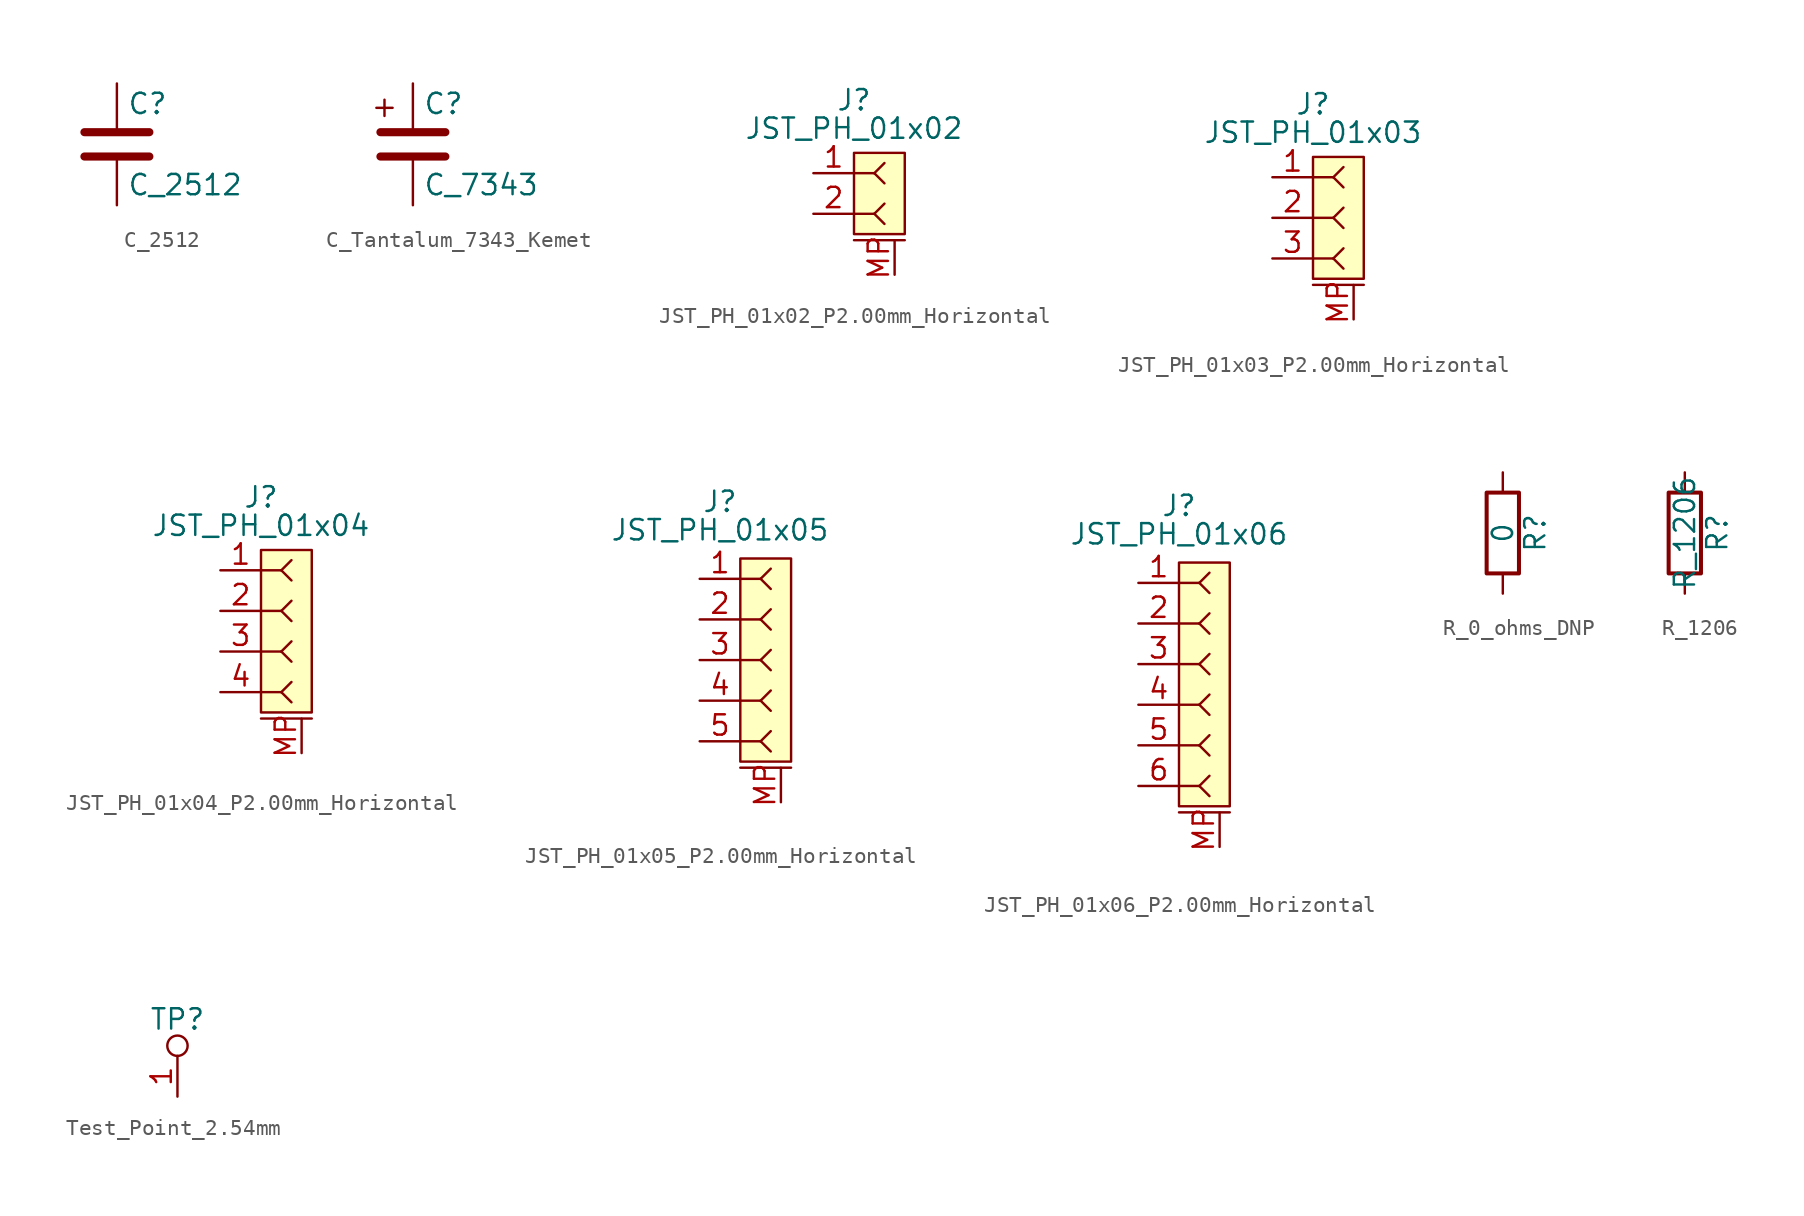
<source format=kicad_sym>
(kicad_symbol_lib
  (version 20241209)
  (generator "kicad_symbol_editor")
  (generator_version "9.0")
  (symbol "C_2512"
    (pin_numbers
      (hide yes))
    (pin_names
      (offset 0.254))
    (property "Reference" "C"
      (at 0.635 2.54 0)
      (effects (font (size 1.27 1.27)) (justify left)))
    (property "Value" "C_2512"
      (at 0.635 -2.54 0)
      (effects (font (size 1.27 1.27)) (justify left)))
    (symbol "C_2512_0_1"
      (polyline (pts (xy -2.032 0.762) (xy 2.032 0.762)) (stroke (width 0.508) (type default)) (fill (type none)))
      (polyline (pts (xy -2.032 -0.762) (xy 2.032 -0.762)) (stroke (width 0.508) (type default)) (fill (type none))))
    (symbol "C_2512_1_1"
      (pin passive line (at 0 3.81 270) (length 2.794) (name "~" (effects (font (size 1.27 1.27)))) (number "1" (effects (font (size 1.27 1.27)))))
      (pin passive line (at 0 -3.81 90) (length 2.794) (name "~" (effects (font (size 1.27 1.27)))) (number "2" (effects (font (size 1.27 1.27)))))))
  (symbol "C_Tantalum_7343_Kemet"
    (pin_numbers
      (hide yes))
    (pin_names
      (offset 0.254))
    (property "Reference" "C"
      (at 0.635 2.54 0)
      (effects (font (size 1.27 1.27)) (justify left)))
    (property "Value" "C_7343"
      (at 0.635 -2.54 0)
      (effects (font (size 1.27 1.27)) (justify left)))
    (symbol "C_Tantalum_7343_Kemet_0_1"
      (polyline (pts (xy -2.286 2.286) (xy -1.27 2.286)) (stroke (width 0) (type default)) (fill (type none)))
      (polyline (pts (xy -2.032 0.762) (xy 2.032 0.762)) (stroke (width 0.508) (type default)) (fill (type none)))
      (polyline (pts (xy -2.032 -0.762) (xy 2.032 -0.762)) (stroke (width 0.508) (type default)) (fill (type none)))
      (polyline (pts (xy -1.778 1.778) (xy -1.778 2.794)) (stroke (width 0) (type default)) (fill (type none))))
    (symbol "C_Tantalum_7343_Kemet_1_1"
      (pin passive line (at 0 3.81 270) (length 2.794) (name "~" (effects (font (size 1.27 1.27)))) (number "1" (effects (font (size 1.27 1.27)))))
      (pin passive line (at 0 -3.81 90) (length 2.794) (name "~" (effects (font (size 1.27 1.27)))) (number "2" (effects (font (size 1.27 1.27)))))))
  (symbol "JST_PH_01x02_P2.00mm_Horizontal"
    (property "Reference" "J"
      (at 0 5.842 0)
      (effects (font (size 1.27 1.27))))
    (property "Value" "JST_PH_01x02"
      (at 0 4.064 0)
      (effects (font (size 1.27 1.27))))
    (symbol "JST_PH_01x02_P2.00mm_Horizontal_0_1"
      (polyline (pts (xy 0 1.27) (xy 1.27 1.27)) (stroke (width 0) (type default)) (fill (type none)))
      (polyline (pts (xy 0 -1.27) (xy 1.27 -1.27)) (stroke (width 0) (type default)) (fill (type none)))
      (polyline (pts (xy 1.27 1.27) (xy 1.905 1.905)) (stroke (width 0) (type default)) (fill (type none)))
      (polyline (pts (xy 1.27 1.27) (xy 1.905 0.635)) (stroke (width 0) (type default)) (fill (type none)))
      (polyline (pts (xy 1.27 -1.27) (xy 1.905 -0.635)) (stroke (width 0) (type default)) (fill (type none)))
      (polyline (pts (xy 1.27 -1.27) (xy 1.905 -1.905)) (stroke (width 0) (type default)) (fill (type none)))
      (polyline (pts (xy 3.175 -2.921) (xy 0 -2.921)) (stroke (width 0) (type default)) (fill (type none))))
    (symbol "JST_PH_01x02_P2.00mm_Horizontal_1_1"
      (rectangle (start 0 2.54) (end 3.175 -2.54) (stroke (width 0) (type solid)) (fill (type background)))
      (pin passive line (at -2.54 1.27 0) (length 2.54) (name "" (effects (font (size 1.27 1.27)))) (number "1" (effects (font (size 1.27 1.27)))))
      (pin passive line (at -2.54 -1.27 0) (length 2.54) (name "" (effects (font (size 1.27 1.27)))) (number "2" (effects (font (size 1.27 1.27)))))
      (pin passive line (at 2.54 -5.08 90) (length 2.15) (name "" (effects (font (size 1.27 1.27)))) (number "MP" (effects (font (size 1.27 1.27)))))))
  (symbol "JST_PH_01x03_P2.00mm_Horizontal"
    (property "Reference" "J"
      (at 0 7.112 0)
      (effects (font (size 1.27 1.27))))
    (property "Value" "JST_PH_01x03"
      (at 0 5.334 0)
      (effects (font (size 1.27 1.27))))
    (symbol "JST_PH_01x03_P2.00mm_Horizontal_0_1"
      (polyline (pts (xy 0 2.54) (xy 1.27 2.54)) (stroke (width 0) (type default)) (fill (type none)))
      (polyline (pts (xy 0 0) (xy 1.27 0)) (stroke (width 0) (type default)) (fill (type none)))
      (polyline (pts (xy 0 -2.54) (xy 1.27 -2.54)) (stroke (width 0) (type default)) (fill (type none)))
      (polyline (pts (xy 1.27 2.54) (xy 1.905 3.175)) (stroke (width 0) (type default)) (fill (type none)))
      (polyline (pts (xy 1.27 2.54) (xy 1.905 1.905)) (stroke (width 0) (type default)) (fill (type none)))
      (polyline (pts (xy 1.27 0) (xy 1.905 0.635)) (stroke (width 0) (type default)) (fill (type none)))
      (polyline (pts (xy 1.27 0) (xy 1.905 -0.635)) (stroke (width 0) (type default)) (fill (type none)))
      (polyline (pts (xy 1.27 -2.54) (xy 1.905 -1.905)) (stroke (width 0) (type default)) (fill (type none)))
      (polyline (pts (xy 1.27 -2.54) (xy 1.905 -3.175)) (stroke (width 0) (type default)) (fill (type none)))
      (polyline (pts (xy 3.175 -4.191) (xy 0 -4.191)) (stroke (width 0) (type default)) (fill (type none))))
    (symbol "JST_PH_01x03_P2.00mm_Horizontal_1_1"
      (rectangle (start 0 3.81) (end 3.175 -3.81) (stroke (width 0) (type solid)) (fill (type background)))
      (pin passive line (at -2.54 2.54 0) (length 2.54) (name "" (effects (font (size 1.27 1.27)))) (number "1" (effects (font (size 1.27 1.27)))))
      (pin passive line (at -2.54 0 0) (length 2.54) (name "" (effects (font (size 1.27 1.27)))) (number "2" (effects (font (size 1.27 1.27)))))
      (pin passive line (at -2.54 -2.54 0) (length 2.54) (name "" (effects (font (size 1.27 1.27)))) (number "3" (effects (font (size 1.27 1.27)))))
      (pin passive line (at 2.54 -6.35 90) (length 2.15) (name "" (effects (font (size 1.27 1.27)))) (number "MP" (effects (font (size 1.27 1.27)))))))
  (symbol "JST_PH_01x04_P2.00mm_Horizontal"
    (property "Reference" "J"
      (at 0 8.382 0)
      (effects (font (size 1.27 1.27))))
    (property "Value" "JST_PH_01x04"
      (at 0 6.604 0)
      (effects (font (size 1.27 1.27))))
    (symbol "JST_PH_01x04_P2.00mm_Horizontal_0_1"
      (polyline (pts (xy 0 3.81) (xy 1.27 3.81)) (stroke (width 0) (type default)) (fill (type none)))
      (polyline (pts (xy 0 1.27) (xy 1.27 1.27)) (stroke (width 0) (type default)) (fill (type none)))
      (polyline (pts (xy 0 -1.27) (xy 1.27 -1.27)) (stroke (width 0) (type default)) (fill (type none)))
      (polyline (pts (xy 0 -3.81) (xy 1.27 -3.81)) (stroke (width 0) (type default)) (fill (type none)))
      (polyline (pts (xy 1.27 3.81) (xy 1.905 4.445)) (stroke (width 0) (type default)) (fill (type none)))
      (polyline (pts (xy 1.27 3.81) (xy 1.905 3.175)) (stroke (width 0) (type default)) (fill (type none)))
      (polyline (pts (xy 1.27 1.27) (xy 1.905 1.905)) (stroke (width 0) (type default)) (fill (type none)))
      (polyline (pts (xy 1.27 1.27) (xy 1.905 0.635)) (stroke (width 0) (type default)) (fill (type none)))
      (polyline (pts (xy 1.27 -1.27) (xy 1.905 -0.635)) (stroke (width 0) (type default)) (fill (type none)))
      (polyline (pts (xy 1.27 -1.27) (xy 1.905 -1.905)) (stroke (width 0) (type default)) (fill (type none)))
      (polyline (pts (xy 1.27 -3.81) (xy 1.905 -3.175)) (stroke (width 0) (type default)) (fill (type none)))
      (polyline (pts (xy 1.27 -3.81) (xy 1.905 -4.445)) (stroke (width 0) (type default)) (fill (type none)))
      (polyline (pts (xy 3.175 -5.461) (xy 0 -5.461)) (stroke (width 0) (type default)) (fill (type none))))
    (symbol "JST_PH_01x04_P2.00mm_Horizontal_1_1"
      (rectangle (start 0 5.08) (end 3.175 -5.08) (stroke (width 0) (type solid)) (fill (type background)))
      (pin passive line (at -2.54 3.81 0) (length 2.54) (name "" (effects (font (size 1.27 1.27)))) (number "1" (effects (font (size 1.27 1.27)))))
      (pin passive line (at -2.54 1.27 0) (length 2.54) (name "" (effects (font (size 1.27 1.27)))) (number "2" (effects (font (size 1.27 1.27)))))
      (pin passive line (at -2.54 -1.27 0) (length 2.54) (name "" (effects (font (size 1.27 1.27)))) (number "3" (effects (font (size 1.27 1.27)))))
      (pin passive line (at -2.54 -3.81 0) (length 2.54) (name "" (effects (font (size 1.27 1.27)))) (number "4" (effects (font (size 1.27 1.27)))))
      (pin passive line (at 2.54 -7.62 90) (length 2.15) (name "" (effects (font (size 1.27 1.27)))) (number "MP" (effects (font (size 1.27 1.27)))))))
  (symbol "JST_PH_01x05_P2.00mm_Horizontal"
    (property "Reference" "J"
      (at 0 9.906 0)
      (effects (font (size 1.27 1.27))))
    (property "Value" "JST_PH_01x05"
      (at 0 8.128 0)
      (effects (font (size 1.27 1.27))))
    (symbol "JST_PH_01x05_P2.00mm_Horizontal_0_1"
      (polyline (pts (xy 1.27 5.08) (xy 2.54 5.08)) (stroke (width 0) (type default)) (fill (type none)))
      (polyline (pts (xy 1.27 2.54) (xy 2.54 2.54)) (stroke (width 0) (type default)) (fill (type none)))
      (polyline (pts (xy 1.27 0) (xy 2.54 0)) (stroke (width 0) (type default)) (fill (type none)))
      (polyline (pts (xy 1.27 -2.54) (xy 2.54 -2.54)) (stroke (width 0) (type default)) (fill (type none)))
      (polyline (pts (xy 1.27 -5.08) (xy 2.54 -5.08)) (stroke (width 0) (type default)) (fill (type none)))
      (polyline (pts (xy 2.54 5.08) (xy 3.175 5.715)) (stroke (width 0) (type default)) (fill (type none)))
      (polyline (pts (xy 2.54 5.08) (xy 3.175 4.445)) (stroke (width 0) (type default)) (fill (type none)))
      (polyline (pts (xy 2.54 2.54) (xy 3.175 3.175)) (stroke (width 0) (type default)) (fill (type none)))
      (polyline (pts (xy 2.54 2.54) (xy 3.175 1.905)) (stroke (width 0) (type default)) (fill (type none)))
      (polyline (pts (xy 2.54 0) (xy 3.175 0.635)) (stroke (width 0) (type default)) (fill (type none)))
      (polyline (pts (xy 2.54 0) (xy 3.175 -0.635)) (stroke (width 0) (type default)) (fill (type none)))
      (polyline (pts (xy 2.54 -2.54) (xy 3.175 -1.905)) (stroke (width 0) (type default)) (fill (type none)))
      (polyline (pts (xy 2.54 -2.54) (xy 3.175 -3.175)) (stroke (width 0) (type default)) (fill (type none)))
      (polyline (pts (xy 2.54 -5.08) (xy 3.175 -4.445)) (stroke (width 0) (type default)) (fill (type none)))
      (polyline (pts (xy 2.54 -5.08) (xy 3.175 -5.715)) (stroke (width 0) (type default)) (fill (type none)))
      (polyline (pts (xy 4.445 -6.731) (xy 1.27 -6.731)) (stroke (width 0) (type default)) (fill (type none))))
    (symbol "JST_PH_01x05_P2.00mm_Horizontal_1_1"
      (rectangle (start 1.27 6.35) (end 4.445 -6.35) (stroke (width 0) (type solid)) (fill (type background)))
      (pin passive line (at -1.27 5.08 0) (length 2.54) (name "" (effects (font (size 1.27 1.27)))) (number "1" (effects (font (size 1.27 1.27)))))
      (pin passive line (at -1.27 2.54 0) (length 2.54) (name "" (effects (font (size 1.27 1.27)))) (number "2" (effects (font (size 1.27 1.27)))))
      (pin passive line (at -1.27 0 0) (length 2.54) (name "" (effects (font (size 1.27 1.27)))) (number "3" (effects (font (size 1.27 1.27)))))
      (pin passive line (at -1.27 -2.54 0) (length 2.54) (name "" (effects (font (size 1.27 1.27)))) (number "4" (effects (font (size 1.27 1.27)))))
      (pin passive line (at -1.27 -5.08 0) (length 2.54) (name "" (effects (font (size 1.27 1.27)))) (number "5" (effects (font (size 1.27 1.27)))))
      (pin passive line (at 3.81 -8.89 90) (length 2.15) (name "" (effects (font (size 1.27 1.27)))) (number "MP" (effects (font (size 1.27 1.27)))))))
  (symbol "JST_PH_01x06_P2.00mm_Horizontal"
    (property "Reference" "J"
      (at 0 11.176 0)
      (effects (font (size 1.27 1.27))))
    (property "Value" "JST_PH_01x06"
      (at 0 9.398 0)
      (effects (font (size 1.27 1.27))))
    (symbol "JST_PH_01x06_P2.00mm_Horizontal_0_1"
      (polyline (pts (xy 0 6.35) (xy 1.27 6.35)) (stroke (width 0) (type default)) (fill (type none)))
      (polyline (pts (xy 0 3.81) (xy 1.27 3.81)) (stroke (width 0) (type default)) (fill (type none)))
      (polyline (pts (xy 0 1.27) (xy 1.27 1.27)) (stroke (width 0) (type default)) (fill (type none)))
      (polyline (pts (xy 0 -1.27) (xy 1.27 -1.27)) (stroke (width 0) (type default)) (fill (type none)))
      (polyline (pts (xy 0 -3.81) (xy 1.27 -3.81)) (stroke (width 0) (type default)) (fill (type none)))
      (polyline (pts (xy 0 -6.35) (xy 1.27 -6.35)) (stroke (width 0) (type default)) (fill (type none)))
      (polyline (pts (xy 1.27 6.35) (xy 1.905 6.985)) (stroke (width 0) (type default)) (fill (type none)))
      (polyline (pts (xy 1.27 6.35) (xy 1.905 5.715)) (stroke (width 0) (type default)) (fill (type none)))
      (polyline (pts (xy 1.27 3.81) (xy 1.905 4.445)) (stroke (width 0) (type default)) (fill (type none)))
      (polyline (pts (xy 1.27 3.81) (xy 1.905 3.175)) (stroke (width 0) (type default)) (fill (type none)))
      (polyline (pts (xy 1.27 1.27) (xy 1.905 1.905)) (stroke (width 0) (type default)) (fill (type none)))
      (polyline (pts (xy 1.27 1.27) (xy 1.905 0.635)) (stroke (width 0) (type default)) (fill (type none)))
      (polyline (pts (xy 1.27 -1.27) (xy 1.905 -0.635)) (stroke (width 0) (type default)) (fill (type none)))
      (polyline (pts (xy 1.27 -1.27) (xy 1.905 -1.905)) (stroke (width 0) (type default)) (fill (type none)))
      (polyline (pts (xy 1.27 -3.81) (xy 1.905 -3.175)) (stroke (width 0) (type default)) (fill (type none)))
      (polyline (pts (xy 1.27 -3.81) (xy 1.905 -4.445)) (stroke (width 0) (type default)) (fill (type none)))
      (polyline (pts (xy 1.27 -6.35) (xy 1.905 -5.715)) (stroke (width 0) (type default)) (fill (type none)))
      (polyline (pts (xy 1.27 -6.35) (xy 1.905 -6.985)) (stroke (width 0) (type default)) (fill (type none)))
      (polyline (pts (xy 3.175 -8.001) (xy 0 -8.001)) (stroke (width 0) (type default)) (fill (type none))))
    (symbol "JST_PH_01x06_P2.00mm_Horizontal_1_1"
      (rectangle (start 0 7.62) (end 3.175 -7.62) (stroke (width 0) (type solid)) (fill (type background)))
      (pin passive line (at -2.54 6.35 0) (length 2.54) (name "" (effects (font (size 1.27 1.27)))) (number "1" (effects (font (size 1.27 1.27)))))
      (pin passive line (at -2.54 3.81 0) (length 2.54) (name "" (effects (font (size 1.27 1.27)))) (number "2" (effects (font (size 1.27 1.27)))))
      (pin passive line (at -2.54 1.27 0) (length 2.54) (name "" (effects (font (size 1.27 1.27)))) (number "3" (effects (font (size 1.27 1.27)))))
      (pin passive line (at -2.54 -1.27 0) (length 2.54) (name "" (effects (font (size 1.27 1.27)))) (number "4" (effects (font (size 1.27 1.27)))))
      (pin passive line (at -2.54 -3.81 0) (length 2.54) (name "" (effects (font (size 1.27 1.27)))) (number "5" (effects (font (size 1.27 1.27)))))
      (pin passive line (at -2.54 -6.35 0) (length 2.54) (name "" (effects (font (size 1.27 1.27)))) (number "6" (effects (font (size 1.27 1.27)))))
      (pin passive line (at 2.54 -10.16 90) (length 2.15) (name "" (effects (font (size 1.27 1.27)))) (number "MP" (effects (font (size 1.27 1.27)))))))
  (symbol "R_0_ohms_DNP"
    (pin_numbers
      (hide yes))
    (pin_names
      (offset 0))
    (property "Reference" "R"
      (at 2.032 0 90)
      (effects (font (size 1.27 1.27))))
    (property "Value" "0"
      (at 0 0 90)
      (effects (font (size 1.27 1.27))))
    (symbol "R_0_ohms_DNP_0_1"
      (rectangle (start -1.016 -2.54) (end 1.016 2.54) (stroke (width 0.254) (type default)) (fill (type none))))
    (symbol "R_0_ohms_DNP_1_1"
      (pin passive line (at 0 3.81 270) (length 1.27) (name "~" (effects (font (size 1.27 1.27)))) (number "1" (effects (font (size 1.27 1.27)))))
      (pin passive line (at 0 -3.81 90) (length 1.27) (name "~" (effects (font (size 1.27 1.27)))) (number "2" (effects (font (size 1.27 1.27)))))))
  (symbol "R_1206"
    (pin_numbers
      (hide yes))
    (pin_names
      (offset 0))
    (property "Reference" "R"
      (at 2.032 0 90)
      (effects (font (size 1.27 1.27))))
    (property "Value" "R_1206"
      (at 0 0 90)
      (effects (font (size 1.27 1.27))))
    (symbol "R_1206_0_1"
      (rectangle (start -1.016 -2.54) (end 1.016 2.54) (stroke (width 0.254) (type default)) (fill (type none))))
    (symbol "R_1206_1_1"
      (pin passive line (at 0 3.81 270) (length 1.27) (name "~" (effects (font (size 1.27 1.27)))) (number "1" (effects (font (size 1.27 1.27)))))
      (pin passive line (at 0 -3.81 90) (length 1.27) (name "~" (effects (font (size 1.27 1.27)))) (number "2" (effects (font (size 1.27 1.27)))))))
  (symbol "Test_Point_2.54mm"
    (property "Reference" "TP"
      (at 0 4.826 0)
      (effects (font (size 1.27 1.27))))
    (property "Value" ""
      (at 0 0 0)
      (effects (font (size 1.27 1.27))))
    (symbol "Test_Point_2.54mm_0_1"
      (circle (center 0 3.175) (radius 0.635) (stroke (width 0) (type default)) (fill (type none))))
    (symbol "Test_Point_2.54mm_1_1"
      (pin input line (at 0 0 90) (length 2.54) (name "" (effects (font (size 1.27 1.27)))) (number "1" (effects (font (size 1.27 1.27))))))))
</source>
